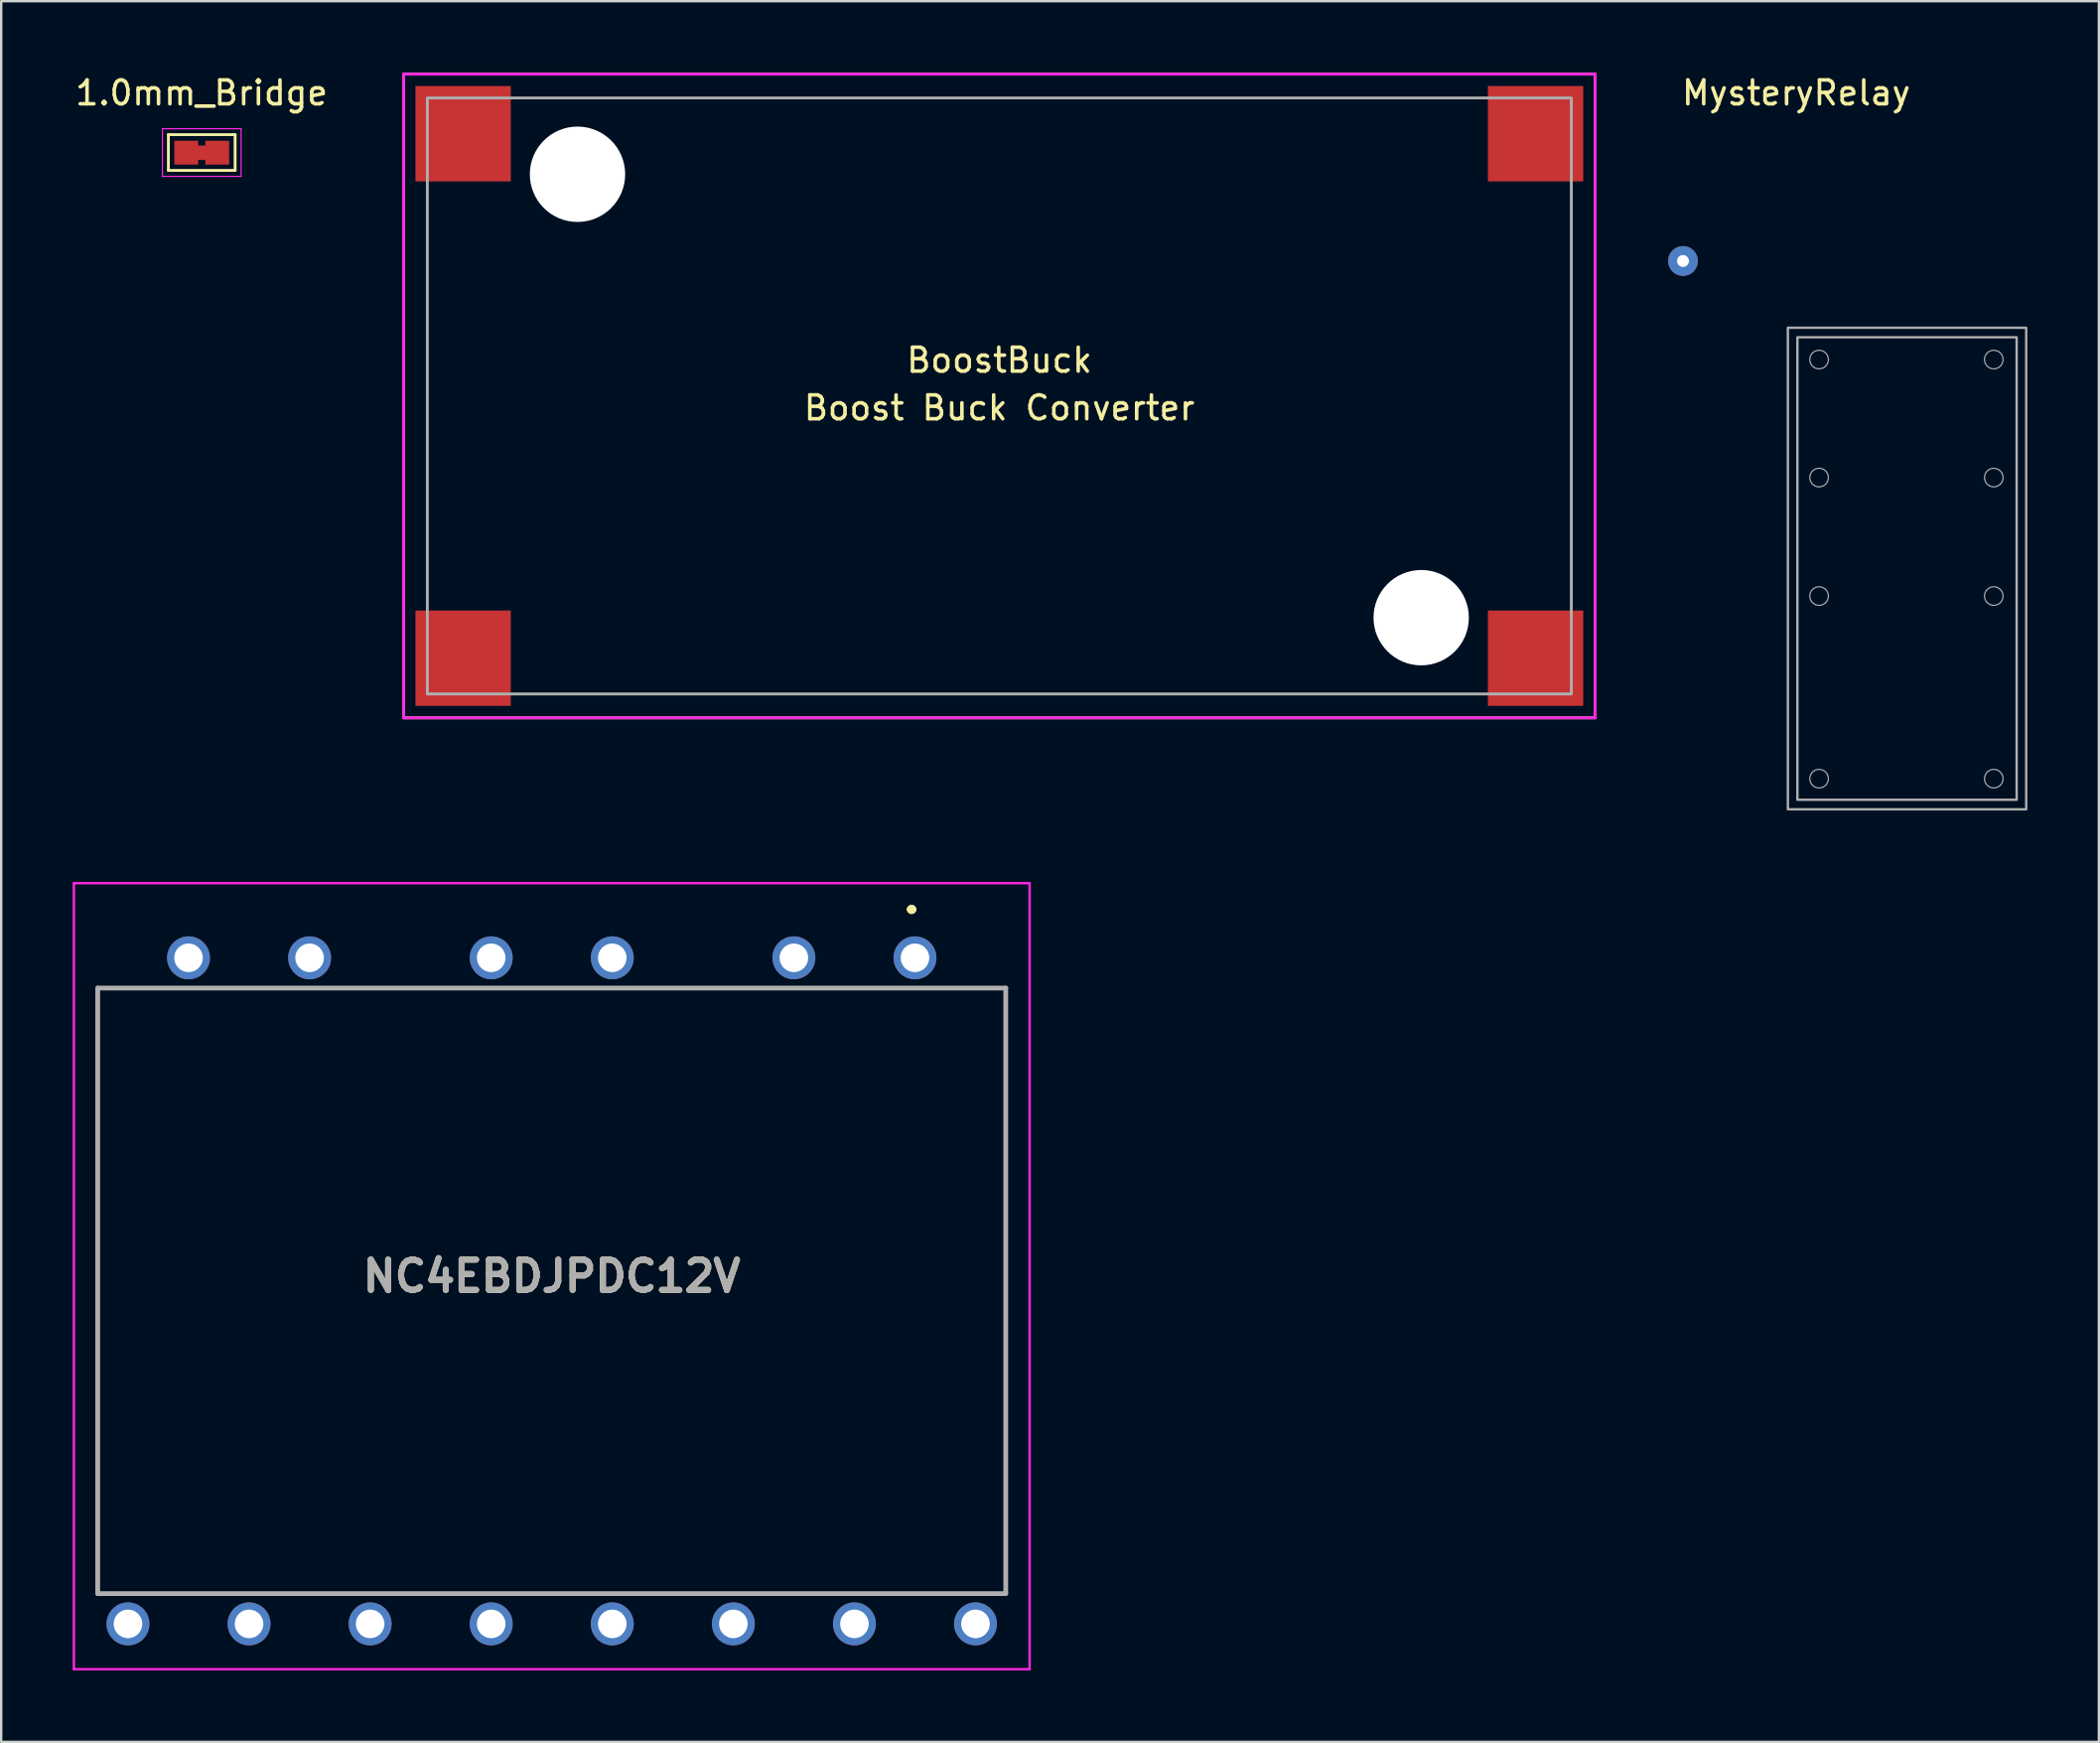
<source format=kicad_pcb>
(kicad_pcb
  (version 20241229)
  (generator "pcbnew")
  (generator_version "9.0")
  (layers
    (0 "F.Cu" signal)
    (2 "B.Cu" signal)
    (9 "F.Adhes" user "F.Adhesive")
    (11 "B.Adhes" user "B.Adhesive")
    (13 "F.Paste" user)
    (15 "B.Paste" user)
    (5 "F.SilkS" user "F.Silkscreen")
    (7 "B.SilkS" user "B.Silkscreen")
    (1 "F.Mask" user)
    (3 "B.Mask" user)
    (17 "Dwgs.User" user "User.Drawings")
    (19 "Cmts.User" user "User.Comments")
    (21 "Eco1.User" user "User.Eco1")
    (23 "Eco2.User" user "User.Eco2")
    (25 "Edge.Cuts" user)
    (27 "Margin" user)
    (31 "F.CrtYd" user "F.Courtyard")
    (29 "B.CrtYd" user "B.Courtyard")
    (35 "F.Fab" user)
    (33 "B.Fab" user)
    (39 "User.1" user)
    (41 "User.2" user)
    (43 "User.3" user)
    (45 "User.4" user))
  (footprint "NC4EBDJPDC12V"
    (layer "F.Cu")
    (at 35.34 37.128)
    (property "Reference" "NC4EBDJPDC12V" (at -15.24 13.355 0) (layer "F.SilkS") (effects (font (size 1.27 1.27) (thickness 0.254))))
    (attr through_hole)
    (fp_line (start -34.29 1.27) (end 3.81 1.27) (stroke (width 0.1) (type solid)) (layer "F.SilkS"))
    (fp_line (start -34.29 26.67) (end -34.29 1.27) (stroke (width 0.1) (type solid)) (layer "F.SilkS"))
    (fp_line (start -0.24 -2.03) (end -0.24 -2.03) (stroke (width 0.2) (type solid)) (layer "F.SilkS"))
    (fp_line (start -0.04 -2.03) (end -0.04 -2.03) (stroke (width 0.2) (type solid)) (layer "F.SilkS"))
    (fp_line (start 3.81 1.27) (end 3.81 26.67) (stroke (width 0.1) (type solid)) (layer "F.SilkS"))
    (fp_line (start 3.81 26.67) (end -34.29 26.67) (stroke (width 0.1) (type solid)) (layer "F.SilkS"))
    (fp_arc (start -0.24 -2.03) (mid -0.14 -2.13) (end -0.04 -2.03) (stroke (width 0.2) (type solid)) (layer "F.SilkS"))
    (fp_arc (start -0.04 -2.03) (mid -0.14 -1.93) (end -0.24 -2.03) (stroke (width 0.2) (type solid)) (layer "F.SilkS"))
    (fp_line (start -35.29 -3.13) (end -35.29 29.84) (stroke (width 0.1) (type solid)) (layer "F.CrtYd"))
    (fp_line (start -35.29 29.84) (end 4.81 29.84) (stroke (width 0.1) (type solid)) (layer "F.CrtYd"))
    (fp_line (start 4.81 -3.13) (end -35.29 -3.13) (stroke (width 0.1) (type solid)) (layer "F.CrtYd"))
    (fp_line (start 4.81 29.84) (end 4.81 -3.13) (stroke (width 0.1) (type solid)) (layer "F.CrtYd"))
    (fp_line (start -34.29 1.27) (end -34.29 26.67) (stroke (width 0.2) (type solid)) (layer "F.Fab"))
    (fp_line (start -34.29 26.67) (end 3.81 26.67) (stroke (width 0.2) (type solid)) (layer "F.Fab"))
    (fp_line (start 3.81 1.27) (end -34.29 1.27) (stroke (width 0.2) (type solid)) (layer "F.Fab"))
    (fp_line (start 3.81 26.67) (end 3.81 1.27) (stroke (width 0.2) (type solid)) (layer "F.Fab"))
    (fp_text user "${REFERENCE}" (at -15.24 13.355 0) (layer "F.Fab") (effects (font (size 1.27 1.27) (thickness 0.254))))
    (pad "1" thru_hole circle (at 0 0) (size 1.8 1.8) (drill 1.2) (layers "*.Cu" "*.Mask"))
    (pad "2" thru_hole circle (at -5.08 0) (size 1.8 1.8) (drill 1.2) (layers "*.Cu" "*.Mask"))
    (pad "4" thru_hole circle (at -12.7 0) (size 1.8 1.8) (drill 1.2) (layers "*.Cu" "*.Mask"))
    (pad "5" thru_hole circle (at -17.78 0) (size 1.8 1.8) (drill 1.2) (layers "*.Cu" "*.Mask"))
    (pad "7" thru_hole circle (at -25.4 0) (size 1.8 1.8) (drill 1.2) (layers "*.Cu" "*.Mask"))
    (pad "8" thru_hole circle (at -30.48 0) (size 1.8 1.8) (drill 1.2) (layers "*.Cu" "*.Mask"))
    (pad "9" thru_hole circle (at -33.02 27.94) (size 1.8 1.8) (drill 1.2) (layers "*.Cu" "*.Mask"))
    (pad "10" thru_hole circle (at -27.94 27.94) (size 1.8 1.8) (drill 1.2) (layers "*.Cu" "*.Mask"))
    (pad "11" thru_hole circle (at -22.86 27.94) (size 1.8 1.8) (drill 1.2) (layers "*.Cu" "*.Mask"))
    (pad "12" thru_hole circle (at -17.78 27.94) (size 1.8 1.8) (drill 1.2) (layers "*.Cu" "*.Mask"))
    (pad "13" thru_hole circle (at -12.7 27.94) (size 1.8 1.8) (drill 1.2) (layers "*.Cu" "*.Mask"))
    (pad "14" thru_hole circle (at -7.62 27.94) (size 1.8 1.8) (drill 1.2) (layers "*.Cu" "*.Mask"))
    (pad "15" thru_hole circle (at -2.54 27.94) (size 1.8 1.8) (drill 1.2) (layers "*.Cu" "*.Mask"))
    (pad "16" thru_hole circle (at 2.54 27.94) (size 1.8 1.8) (drill 1.2) (layers "*.Cu" "*.Mask")))
  (footprint "MysteryRelay"
    (layer "F.Cu")
    (at 72.366 11.098)
    (property "Reference" "MysteryRelay" (at -0.05 -10.25 0) (unlocked yes) (layer "F.SilkS") (effects (font (size 1 1) (thickness 0.15))))
    (attr through_hole)
    (fp_rect (start -0.4 -0.4) (end 9.6 19.8) (stroke (width 0.1) (type solid)) (fill no) (layer "F.Fab"))
    (fp_rect (start 0 0) (end 9.2 19.4) (stroke (width 0.1) (type solid)) (fill no) (layer "F.Fab"))
    (fp_circle (center 0.91 0.935) (end 1.3 0.935) (stroke (width 0.05) (type solid)) (fill no) (layer "F.Fab"))
    (fp_circle (center 0.91 5.885) (end 1.3 5.885) (stroke (width 0.05) (type solid)) (fill no) (layer "F.Fab"))
    (fp_circle (center 0.91 10.855) (end 1.3 10.855) (stroke (width 0.05) (type solid)) (fill no) (layer "F.Fab"))
    (fp_circle (center 0.91 18.515) (end 1.3 18.515) (stroke (width 0.05) (type solid)) (fill no) (layer "F.Fab"))
    (fp_circle (center 8.24 0.935) (end 8.63 0.935) (stroke (width 0.05) (type solid)) (fill no) (layer "F.Fab"))
    (fp_circle (center 8.24 5.885) (end 8.63 5.885) (stroke (width 0.05) (type solid)) (fill no) (layer "F.Fab"))
    (fp_circle (center 8.24 10.855) (end 8.63 10.855) (stroke (width 0.05) (type solid)) (fill no) (layer "F.Fab"))
    (fp_circle (center 8.24 18.515) (end 8.63 18.515) (stroke (width 0.05) (type solid)) (fill no) (layer "F.Fab"))
    (pad "1" thru_hole circle (at -4.8 -3.2) (size 1.25 1.25) (drill 0.5) (layers "*.Cu" "*.Mask")))
  (footprint "BoostBuck"
    (layer "F.Cu")
    (at 16.381 2.56)
    (property "Reference" "BoostBuck" (at 22.5 9.5 0) (unlocked yes) (layer "F.SilkS") (effects (font (size 1 1) (thickness 0.15))))
    (fp_rect (start -2.5 -2.5) (end 47.5 24.5) (stroke (width 0.12) (type solid)) (fill no) (layer "F.SilkS"))
    (fp_rect (start -2.5 -2.5) (end 47.5 24.5) (stroke (width 0.12) (type solid)) (fill no) (layer "F.CrtYd"))
    (fp_rect (start -1.5 -1.5) (end 46.5 23.5) (stroke (width 0.12) (type solid)) (fill no) (layer "F.Fab"))
    (fp_text user "Boost Buck Converter" (at 22.5 11.5 0) (unlocked yes) (layer "F.SilkS") (effects (font (size 1 1) (thickness 0.15))))
    (pad "" np_thru_hole circle (at 4.8 1.7) (size 4 4) (drill 4) (layers "*.Cu" "*.Mask"))
    (pad "" np_thru_hole circle (at 40.2 20.3 180) (size 4 4) (drill 4) (layers "*.Cu" "*.Mask"))
    (pad "1" smd rect (at 0 0) (size 4 4) (layers "F.Cu" "F.Mask" "F.Paste"))
    (pad "2" smd rect (at 0 22) (size 4 4) (layers "F.Cu" "F.Mask" "F.Paste"))
    (pad "3" smd rect (at 45 0) (size 4 4) (layers "F.Cu" "F.Mask" "F.Paste"))
    (pad "OUT-" smd rect (at 45 22) (size 4 4) (layers "F.Cu" "F.Mask" "F.Paste")))
  (footprint "1.0mm_Bridge"
    (layer "F.Cu")
    (at 5.411 3.348)
    (property "Reference" "1.0mm_Bridge" (at 0 -2.5 0) (unlocked yes) (layer "F.SilkS") (effects (font (size 1 1) (thickness 0.15))))
    (attr smd)
    (fp_poly (pts (xy -0.246 -0.294) (xy 0.254 -0.294) (xy 0.254 0.306) (xy -0.246 0.306)) (stroke (width 0) (type solid)) (fill yes) (layer "F.Cu"))
    (fp_line (start -1.396 -0.75) (end 1.404 -0.75) (stroke (width 0.12) (type solid)) (layer "F.SilkS"))
    (fp_line (start -1.396 0.75) (end -1.396 -0.75) (stroke (width 0.12) (type solid)) (layer "F.SilkS"))
    (fp_line (start 1.404 -0.75) (end 1.404 0.75) (stroke (width 0.12) (type solid)) (layer "F.SilkS"))
    (fp_line (start 1.404 0.75) (end -1.396 0.75) (stroke (width 0.12) (type solid)) (layer "F.SilkS"))
    (fp_line (start -1.646 -1) (end -1.646 1) (stroke (width 0.05) (type solid)) (layer "F.CrtYd"))
    (fp_line (start -1.646 -1) (end 1.654 -1) (stroke (width 0.05) (type solid)) (layer "F.CrtYd"))
    (fp_line (start 1.654 1) (end -1.646 1) (stroke (width 0.05) (type solid)) (layer "F.CrtYd"))
    (fp_line (start 1.654 1) (end 1.654 -1) (stroke (width 0.05) (type solid)) (layer "F.CrtYd"))
    (pad "1" smd rect (at -0.646 0.006) (size 1 1) (layers "F.Cu" "F.Mask"))
    (pad "2" smd rect (at 0.654 0.006) (size 1 1) (layers "F.Cu" "F.Mask")))
  (gr_rect
    (start -3 -3)
    (end 85.016 70.018)
    (stroke (width 0.1) (type default))
    (fill no)
    (layer "Edge.Cuts")))
</source>
